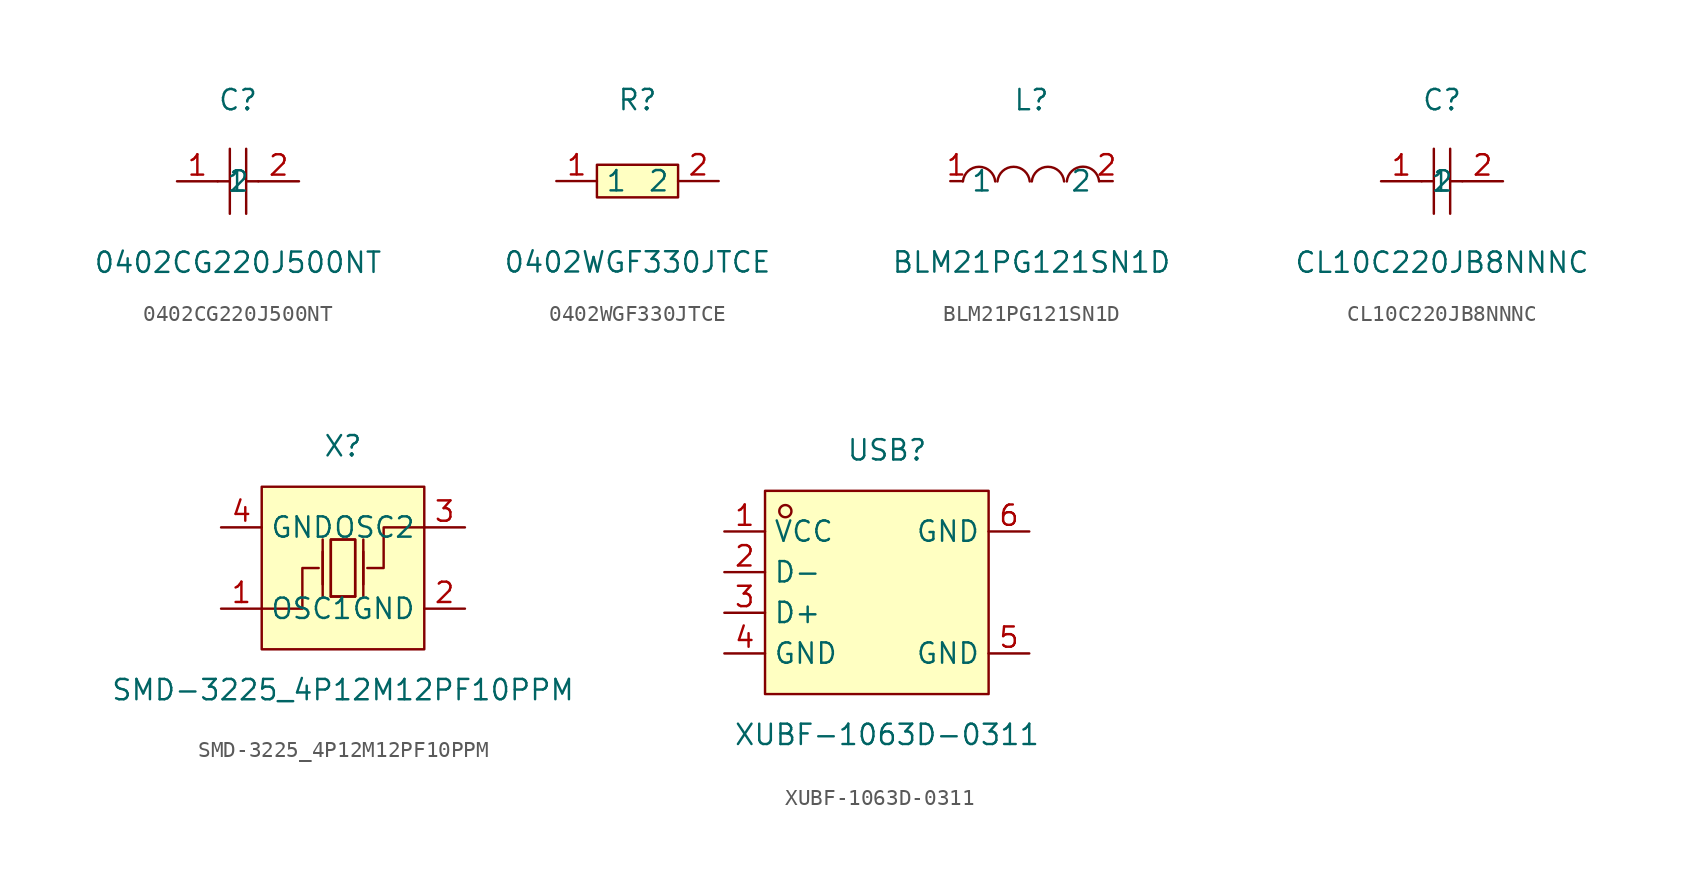
<source format=kicad_sym>
(kicad_symbol_lib
  (version 20231120)
  (generator "kicad_symbol_editor")
  (generator_version "8.0")
  (symbol "0402CG220J500NT"
    (property "Reference" "C"
      (at 0 5.08 0)
      (effects (font (size 1.27 1.27))))
    (property "Value" "0402CG220J500NT"
      (at 0 -5.08 0)
      (effects (font (size 1.27 1.27))))
    (symbol "0402CG220J500NT_0_1"
      (polyline (pts (xy -1.27 0) (xy -0.51 0)) (stroke (width 0) (type default)) (fill (type none)))
      (polyline (pts (xy -0.51 2.03) (xy -0.51 -2.03)) (stroke (width 0) (type default)) (fill (type none)))
      (polyline (pts (xy 0.51 0) (xy 1.27 0)) (stroke (width 0) (type default)) (fill (type none)))
      (polyline (pts (xy 0.51 2.03) (xy 0.51 -2.03)) (stroke (width 0) (type default)) (fill (type none)))
      (pin input line (at -3.81 0 0) (length 2.54) (name "1" (effects (font (size 1.27 1.27)))) (number "1" (effects (font (size 1.27 1.27)))))
      (pin input line (at 3.81 0 180) (length 2.54) (name "2" (effects (font (size 1.27 1.27)))) (number "2" (effects (font (size 1.27 1.27)))))))
  (symbol "0402WGF330JTCE"
    (property "Reference" "R"
      (at 0 5.08 0)
      (effects (font (size 1.27 1.27))))
    (property "Value" "0402WGF330JTCE"
      (at 0 -5.08 0)
      (effects (font (size 1.27 1.27))))
    (symbol "0402WGF330JTCE_0_1"
      (rectangle (start -2.54 1.02) (end 2.54 -1.02) (stroke (width 0) (type default)) (fill (type background)))
      (pin input line (at -5.08 0 0) (length 2.54) (name "1" (effects (font (size 1.27 1.27)))) (number "1" (effects (font (size 1.27 1.27)))))
      (pin input line (at 5.08 0 180) (length 2.54) (name "2" (effects (font (size 1.27 1.27)))) (number "2" (effects (font (size 1.27 1.27)))))))
  (symbol "BLM21PG121SN1D"
    (property "Reference" "L"
      (at 0 5.08 0)
      (effects (font (size 1.27 1.27))))
    (property "Value" "BLM21PG121SN1D"
      (at 0 -5.08 0)
      (effects (font (size 1.27 1.27))))
    (symbol "BLM21PG121SN1D_0_1"
      (arc (start -2.27 -0.02) (mid -3.28 0.897) (end -4.29 -0.02) (stroke (width 0) (type default)) (fill (type none)))
      (arc (start -0.11 -0.02) (mid -1.12 0.897) (end -2.13 -0.02) (stroke (width 0) (type default)) (fill (type none)))
      (arc (start 2.04 -0.02) (mid 1.03 0.897) (end 0.02 -0.02) (stroke (width 0) (type default)) (fill (type none)))
      (arc (start 4.23 -0.02) (mid 3.22 0.9048) (end 2.21 -0.02) (stroke (width 0) (type default)) (fill (type none)))
      (pin unspecified line (at -5.08 0 0) (length 0.762) (name "1" (effects (font (size 1.27 1.27)))) (number "1" (effects (font (size 1.27 1.27)))))
      (pin unspecified line (at 5.08 0 180) (length 0.762) (name "2" (effects (font (size 1.27 1.27)))) (number "2" (effects (font (size 1.27 1.27)))))))
  (symbol "CL10C220JB8NNNC"
    (property "Reference" "C"
      (at 0 5.08 0)
      (effects (font (size 1.27 1.27))))
    (property "Value" "CL10C220JB8NNNC"
      (at 0 -5.08 0)
      (effects (font (size 1.27 1.27))))
    (symbol "CL10C220JB8NNNC_0_1"
      (polyline (pts (xy -1.27 0) (xy -0.51 0)) (stroke (width 0) (type default)) (fill (type none)))
      (polyline (pts (xy -0.51 2.03) (xy -0.51 -2.03)) (stroke (width 0) (type default)) (fill (type none)))
      (polyline (pts (xy 0.51 0) (xy 1.27 0)) (stroke (width 0) (type default)) (fill (type none)))
      (polyline (pts (xy 0.51 2.03) (xy 0.51 -2.03)) (stroke (width 0) (type default)) (fill (type none)))
      (pin input line (at -3.81 0 0) (length 2.54) (name "1" (effects (font (size 1.27 1.27)))) (number "1" (effects (font (size 1.27 1.27)))))
      (pin input line (at 3.81 0 180) (length 2.54) (name "2" (effects (font (size 1.27 1.27)))) (number "2" (effects (font (size 1.27 1.27)))))))
  (symbol "SMD-3225_4P12M12PF10PPM"
    (property "Reference" "X"
      (at 0 7.62 0)
      (effects (font (size 1.27 1.27))))
    (property "Value" "SMD-3225_4P12M12PF10PPM"
      (at 0 -7.62 0)
      (effects (font (size 1.27 1.27))))
    (symbol "SMD-3225_4P12M12PF10PPM_0_1"
      (rectangle (start -5.08 5.08) (end 5.08 -5.08) (stroke (width 0) (type default)) (fill (type background)))
      (polyline (pts (xy -1.27 -1.78) (xy -1.27 1.78)) (stroke (width 0) (type default)) (fill (type none)))
      (polyline (pts (xy -1.27 -1.02) (xy -1.27 1.02)) (stroke (width 0) (type default)) (fill (type none)))
      (polyline (pts (xy 0.76 -1.78) (xy -0.76 -1.78)) (stroke (width 0) (type default)) (fill (type none)))
      (polyline (pts (xy 1.27 -1.78) (xy 1.27 1.78)) (stroke (width 0) (type default)) (fill (type none)))
      (polyline (pts (xy 1.27 -1.02) (xy 1.27 1.02)) (stroke (width 0) (type default)) (fill (type none)))
      (polyline (pts (xy -5.08 -2.54) (xy -2.54 -2.54) (xy -2.54 0) (xy -1.52 0)) (stroke (width 0) (type default)) (fill (type none)))
      (polyline (pts (xy -0.76 -1.78) (xy -0.76 1.78) (xy 0.76 1.78) (xy 0.76 -1.78)) (stroke (width 0) (type default)) (fill (type none)))
      (polyline (pts (xy 5.08 2.54) (xy 2.54 2.54) (xy 2.54 0) (xy 1.52 0)) (stroke (width 0) (type default)) (fill (type none)))
      (polyline (pts (xy 0.76 1.78) (xy 0.76 -1.78) (xy -0.76 -1.78) (xy -0.76 1.78) (xy 0.76 1.78)) (stroke (width 0) (type default)) (fill (type background)))
      (pin unspecified line (at -7.62 -2.54 0) (length 2.54) (name "OSC1" (effects (font (size 1.27 1.27)))) (number "1" (effects (font (size 1.27 1.27)))))
      (pin unspecified line (at 7.62 -2.54 180) (length 2.54) (name "GND" (effects (font (size 1.27 1.27)))) (number "2" (effects (font (size 1.27 1.27)))))
      (pin unspecified line (at 7.62 2.54 180) (length 2.54) (name "OSC2" (effects (font (size 1.27 1.27)))) (number "3" (effects (font (size 1.27 1.27)))))
      (pin unspecified line (at -7.62 2.54 0) (length 2.54) (name "GND" (effects (font (size 1.27 1.27)))) (number "4" (effects (font (size 1.27 1.27)))))))
  (symbol "XUBF-1063D-0311"
    (property "Reference" "USB"
      (at 0 8.89 0)
      (effects (font (size 1.27 1.27))))
    (property "Value" "XUBF-1063D-0311"
      (at 0 -8.89 0)
      (effects (font (size 1.27 1.27))))
    (symbol "XUBF-1063D-0311_0_1"
      (rectangle (start -7.62 6.35) (end 6.35 -6.35) (stroke (width 0) (type default)) (fill (type background)))
      (circle (center -6.35 5.08) (radius 0.38) (stroke (width 0) (type default)) (fill (type none)))
      (pin unspecified line (at -10.16 3.81 0) (length 2.54) (name "VCC" (effects (font (size 1.27 1.27)))) (number "1" (effects (font (size 1.27 1.27)))))
      (pin unspecified line (at -10.16 1.27 0) (length 2.54) (name "D-" (effects (font (size 1.27 1.27)))) (number "2" (effects (font (size 1.27 1.27)))))
      (pin unspecified line (at -10.16 -1.27 0) (length 2.54) (name "D+" (effects (font (size 1.27 1.27)))) (number "3" (effects (font (size 1.27 1.27)))))
      (pin unspecified line (at -10.16 -3.81 0) (length 2.54) (name "GND" (effects (font (size 1.27 1.27)))) (number "4" (effects (font (size 1.27 1.27)))))
      (pin unspecified line (at 8.89 -3.81 180) (length 2.54) (name "GND" (effects (font (size 1.27 1.27)))) (number "5" (effects (font (size 1.27 1.27)))))
      (pin unspecified line (at 8.89 3.81 180) (length 2.54) (name "GND" (effects (font (size 1.27 1.27)))) (number "6" (effects (font (size 1.27 1.27))))))))
</source>
